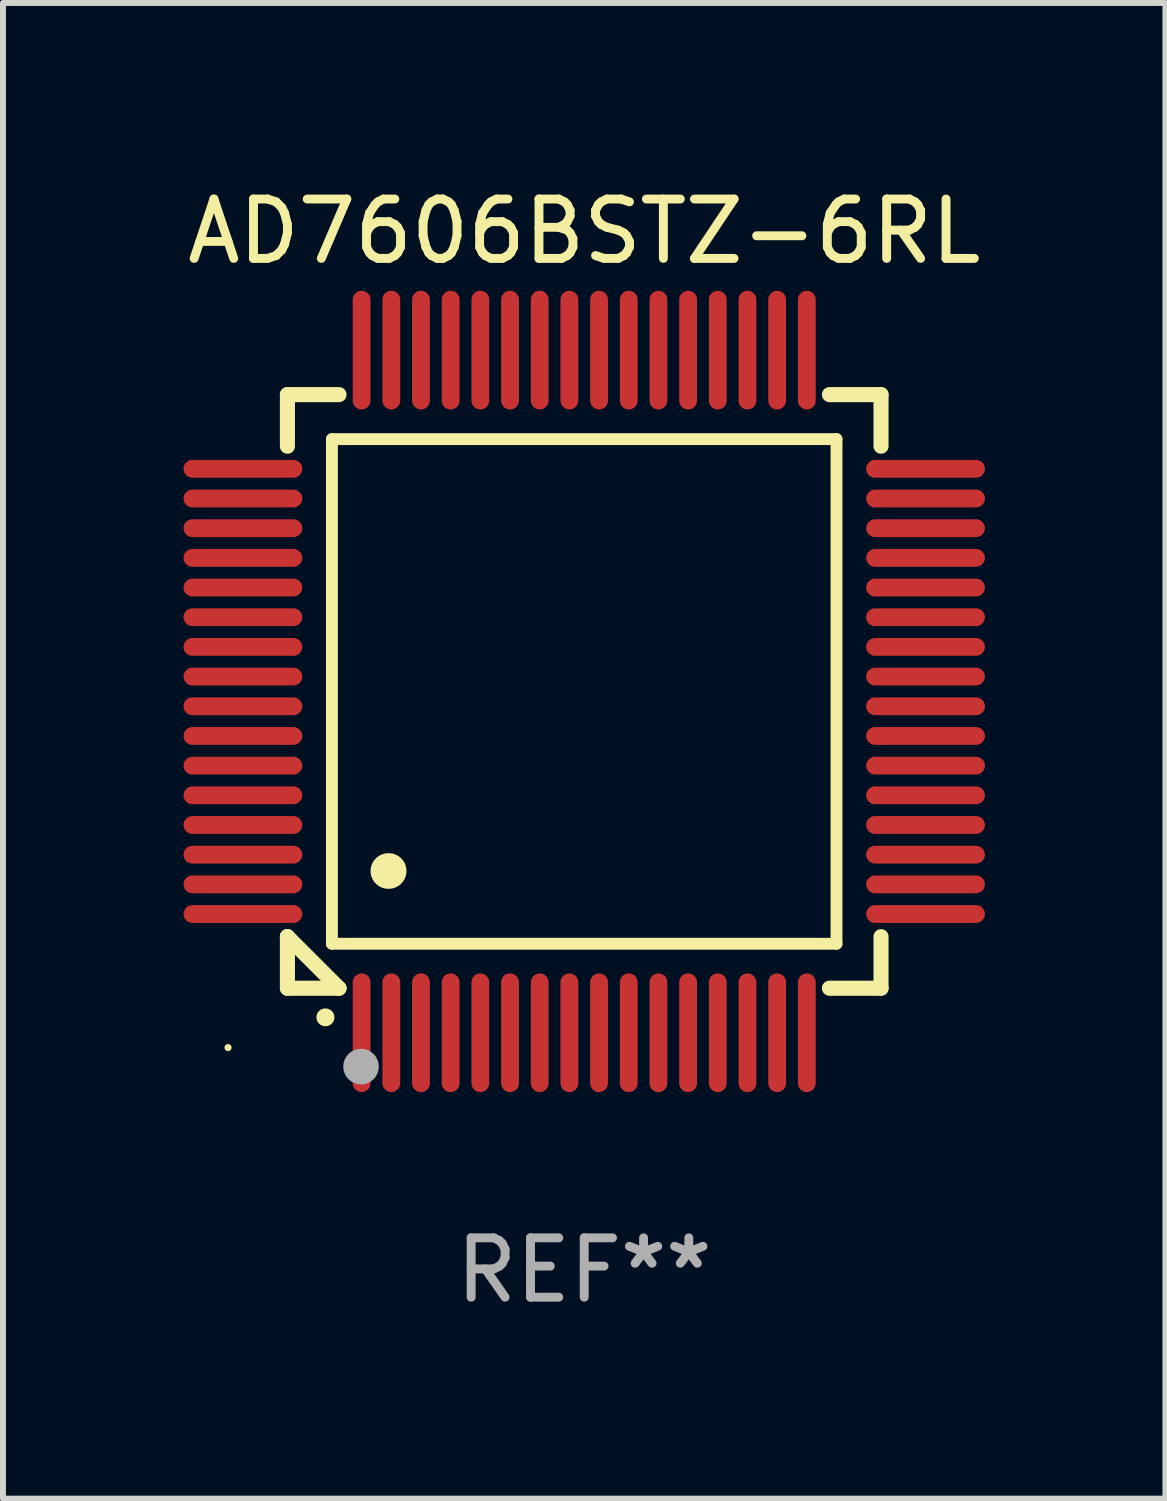
<source format=kicad_pcb>
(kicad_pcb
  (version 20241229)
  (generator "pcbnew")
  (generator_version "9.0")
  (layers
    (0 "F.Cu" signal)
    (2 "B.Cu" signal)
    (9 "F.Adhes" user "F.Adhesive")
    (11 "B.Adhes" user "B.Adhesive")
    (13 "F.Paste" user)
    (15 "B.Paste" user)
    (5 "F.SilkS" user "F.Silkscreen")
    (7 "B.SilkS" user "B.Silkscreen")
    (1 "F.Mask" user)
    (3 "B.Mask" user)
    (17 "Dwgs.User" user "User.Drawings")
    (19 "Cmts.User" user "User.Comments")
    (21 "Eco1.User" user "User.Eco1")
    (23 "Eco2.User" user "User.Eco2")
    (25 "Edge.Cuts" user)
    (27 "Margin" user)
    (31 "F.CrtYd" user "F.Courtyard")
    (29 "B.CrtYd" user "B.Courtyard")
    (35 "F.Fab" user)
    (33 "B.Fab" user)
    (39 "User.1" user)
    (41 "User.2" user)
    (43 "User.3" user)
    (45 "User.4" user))
  (footprint "AD7606BSTZ-6RL"
    (layer "F.Cu")
    (at 6.792 8.598)
    (property "Reference" "AD7606BSTZ-6RL" (at 0 -7.75 0) (layer "F.SilkS") (effects (font (size 1 1) (thickness 0.15))))
    (attr through_hole)
    (fp_line (start -5 -5) (end -4.131 -5) (stroke (width 0.254) (type solid)) (layer "F.SilkS"))
    (fp_line (start -5 -4.131) (end -5 -5) (stroke (width 0.254) (type solid)) (layer "F.SilkS"))
    (fp_line (start -5 4.131) (end -5 4.131) (stroke (width 0.254) (type solid)) (layer "F.SilkS"))
    (fp_line (start -5 5) (end -5 4.131) (stroke (width 0.254) (type solid)) (layer "F.SilkS"))
    (fp_line (start -5 4.131) (end -4.131 5) (stroke (width 0.254) (type solid)) (layer "F.SilkS"))
    (fp_line (start -4.25 -4.25) (end -4.25 4.25) (stroke (width 0.2) (type solid)) (layer "F.SilkS"))
    (fp_line (start -4.25 4.25) (end 4.25 4.25) (stroke (width 0.2) (type solid)) (layer "F.SilkS"))
    (fp_line (start -4.131 5) (end -5 5) (stroke (width 0.254) (type solid)) (layer "F.SilkS"))
    (fp_line (start 4.25 -4.25) (end -4.25 -4.25) (stroke (width 0.2) (type solid)) (layer "F.SilkS"))
    (fp_line (start 4.25 4.25) (end 4.25 -4.25) (stroke (width 0.2) (type solid)) (layer "F.SilkS"))
    (fp_line (start 5 -5) (end 4.131 -5) (stroke (width 0.254) (type solid)) (layer "F.SilkS"))
    (fp_line (start 5 -5) (end 5 -4.131) (stroke (width 0.254) (type solid)) (layer "F.SilkS"))
    (fp_line (start 5 4.131) (end 5 5) (stroke (width 0.254) (type solid)) (layer "F.SilkS"))
    (fp_line (start 5 5) (end 4.131 5) (stroke (width 0.254) (type solid)) (layer "F.SilkS"))
    (fp_arc (start -4.361265 5.489992) (mid -4.359995 5.489987) (end -4.358725 5.489992) (stroke (width 0.3) (type solid)) (layer "F.SilkS"))
    (fp_arc (start -3.299467 3.025146) (mid -3.296927 3.025135) (end -3.294387 3.025146) (stroke (width 0.6) (type solid)) (layer "F.SilkS"))
    (fp_circle (center -6 6) (end -5.97 6) (stroke (width 0.06) (type solid)) (fill no) (layer "F.SilkS"))
    (fp_circle (center -3.76 6.32) (end -3.61 6.32) (stroke (width 0.3) (type solid)) (fill no) (layer "F.Fab"))
    (fp_text user "REF**" (at 0 9.75 0) (layer "F.Fab") (effects (font (size 1 1) (thickness 0.15))))
    (pad "1" smd oval (at -3.75 5.75) (size 0.3 2) (layers "F.Cu" "F.Mask" "F.Paste"))
    (pad "2" smd oval (at -3.25 5.75) (size 0.3 2) (layers "F.Cu" "F.Mask" "F.Paste"))
    (pad "3" smd oval (at -2.75 5.75) (size 0.3 2) (layers "F.Cu" "F.Mask" "F.Paste"))
    (pad "4" smd oval (at -2.25 5.75) (size 0.3 2) (layers "F.Cu" "F.Mask" "F.Paste"))
    (pad "5" smd oval (at -1.75 5.75) (size 0.3 2) (layers "F.Cu" "F.Mask" "F.Paste"))
    (pad "6" smd oval (at -1.25 5.75) (size 0.3 2) (layers "F.Cu" "F.Mask" "F.Paste"))
    (pad "7" smd oval (at -0.75 5.75) (size 0.3 2) (layers "F.Cu" "F.Mask" "F.Paste"))
    (pad "8" smd oval (at -0.25 5.75) (size 0.3 2) (layers "F.Cu" "F.Mask" "F.Paste"))
    (pad "9" smd oval (at 0.25 5.75) (size 0.3 2) (layers "F.Cu" "F.Mask" "F.Paste"))
    (pad "10" smd oval (at 0.75 5.75) (size 0.3 2) (layers "F.Cu" "F.Mask" "F.Paste"))
    (pad "11" smd oval (at 1.25 5.75) (size 0.3 2) (layers "F.Cu" "F.Mask" "F.Paste"))
    (pad "12" smd oval (at 1.75 5.75) (size 0.3 2) (layers "F.Cu" "F.Mask" "F.Paste"))
    (pad "13" smd oval (at 2.25 5.75) (size 0.3 2) (layers "F.Cu" "F.Mask" "F.Paste"))
    (pad "14" smd oval (at 2.75 5.75) (size 0.3 2) (layers "F.Cu" "F.Mask" "F.Paste"))
    (pad "15" smd oval (at 3.25 5.75) (size 0.3 2) (layers "F.Cu" "F.Mask" "F.Paste"))
    (pad "16" smd oval (at 3.75 5.75) (size 0.3 2) (layers "F.Cu" "F.Mask" "F.Paste"))
    (pad "17" smd oval (at 5.75 3.75) (size 2 0.3) (layers "F.Cu" "F.Mask" "F.Paste"))
    (pad "18" smd oval (at 5.75 3.25) (size 2 0.3) (layers "F.Cu" "F.Mask" "F.Paste"))
    (pad "19" smd oval (at 5.75 2.75) (size 2 0.3) (layers "F.Cu" "F.Mask" "F.Paste"))
    (pad "20" smd oval (at 5.75 2.25) (size 2 0.3) (layers "F.Cu" "F.Mask" "F.Paste"))
    (pad "21" smd oval (at 5.75 1.75) (size 2 0.3) (layers "F.Cu" "F.Mask" "F.Paste"))
    (pad "22" smd oval (at 5.75 1.25) (size 2 0.3) (layers "F.Cu" "F.Mask" "F.Paste"))
    (pad "23" smd oval (at 5.75 0.75) (size 2 0.3) (layers "F.Cu" "F.Mask" "F.Paste"))
    (pad "24" smd oval (at 5.75 0.25) (size 2 0.3) (layers "F.Cu" "F.Mask" "F.Paste"))
    (pad "25" smd oval (at 5.75 -0.25) (size 2 0.3) (layers "F.Cu" "F.Mask" "F.Paste"))
    (pad "26" smd oval (at 5.75 -0.75) (size 2 0.3) (layers "F.Cu" "F.Mask" "F.Paste"))
    (pad "27" smd oval (at 5.75 -1.25) (size 2 0.3) (layers "F.Cu" "F.Mask" "F.Paste"))
    (pad "28" smd oval (at 5.75 -1.75) (size 2 0.3) (layers "F.Cu" "F.Mask" "F.Paste"))
    (pad "29" smd oval (at 5.75 -2.25) (size 2 0.3) (layers "F.Cu" "F.Mask" "F.Paste"))
    (pad "30" smd oval (at 5.75 -2.75) (size 2 0.3) (layers "F.Cu" "F.Mask" "F.Paste"))
    (pad "31" smd oval (at 5.75 -3.25) (size 2 0.3) (layers "F.Cu" "F.Mask" "F.Paste"))
    (pad "32" smd oval (at 5.75 -3.75) (size 2 0.3) (layers "F.Cu" "F.Mask" "F.Paste"))
    (pad "33" smd oval (at 3.75 -5.75) (size 0.3 2) (layers "F.Cu" "F.Mask" "F.Paste"))
    (pad "34" smd oval (at 3.25 -5.75) (size 0.3 2) (layers "F.Cu" "F.Mask" "F.Paste"))
    (pad "35" smd oval (at 2.75 -5.75) (size 0.3 2) (layers "F.Cu" "F.Mask" "F.Paste"))
    (pad "36" smd oval (at 2.25 -5.75) (size 0.3 2) (layers "F.Cu" "F.Mask" "F.Paste"))
    (pad "37" smd oval (at 1.75 -5.75) (size 0.3 2) (layers "F.Cu" "F.Mask" "F.Paste"))
    (pad "38" smd oval (at 1.25 -5.75) (size 0.3 2) (layers "F.Cu" "F.Mask" "F.Paste"))
    (pad "39" smd oval (at 0.75 -5.75) (size 0.3 2) (layers "F.Cu" "F.Mask" "F.Paste"))
    (pad "40" smd oval (at 0.25 -5.75) (size 0.3 2) (layers "F.Cu" "F.Mask" "F.Paste"))
    (pad "41" smd oval (at -0.25 -5.75) (size 0.3 2) (layers "F.Cu" "F.Mask" "F.Paste"))
    (pad "42" smd oval (at -0.75 -5.75) (size 0.3 2) (layers "F.Cu" "F.Mask" "F.Paste"))
    (pad "43" smd oval (at -1.25 -5.75) (size 0.3 2) (layers "F.Cu" "F.Mask" "F.Paste"))
    (pad "44" smd oval (at -1.75 -5.75) (size 0.3 2) (layers "F.Cu" "F.Mask" "F.Paste"))
    (pad "45" smd oval (at -2.25 -5.75) (size 0.3 2) (layers "F.Cu" "F.Mask" "F.Paste"))
    (pad "46" smd oval (at -2.75 -5.75) (size 0.3 2) (layers "F.Cu" "F.Mask" "F.Paste"))
    (pad "47" smd oval (at -3.25 -5.75) (size 0.3 2) (layers "F.Cu" "F.Mask" "F.Paste"))
    (pad "48" smd oval (at -3.75 -5.75) (size 0.3 2) (layers "F.Cu" "F.Mask" "F.Paste"))
    (pad "49" smd oval (at -5.75 -3.75) (size 2 0.3) (layers "F.Cu" "F.Mask" "F.Paste"))
    (pad "50" smd oval (at -5.75 -3.25) (size 2 0.3) (layers "F.Cu" "F.Mask" "F.Paste"))
    (pad "51" smd oval (at -5.75 -2.75) (size 2 0.3) (layers "F.Cu" "F.Mask" "F.Paste"))
    (pad "52" smd oval (at -5.75 -2.25) (size 2 0.3) (layers "F.Cu" "F.Mask" "F.Paste"))
    (pad "53" smd oval (at -5.75 -1.75) (size 2 0.3) (layers "F.Cu" "F.Mask" "F.Paste"))
    (pad "54" smd oval (at -5.75 -1.25) (size 2 0.3) (layers "F.Cu" "F.Mask" "F.Paste"))
    (pad "55" smd oval (at -5.75 -0.75) (size 2 0.3) (layers "F.Cu" "F.Mask" "F.Paste"))
    (pad "56" smd oval (at -5.75 -0.25) (size 2 0.3) (layers "F.Cu" "F.Mask" "F.Paste"))
    (pad "57" smd oval (at -5.75 0.25) (size 2 0.3) (layers "F.Cu" "F.Mask" "F.Paste"))
    (pad "58" smd oval (at -5.75 0.75) (size 2 0.3) (layers "F.Cu" "F.Mask" "F.Paste"))
    (pad "59" smd oval (at -5.75 1.25) (size 2 0.3) (layers "F.Cu" "F.Mask" "F.Paste"))
    (pad "60" smd oval (at -5.75 1.75) (size 2 0.3) (layers "F.Cu" "F.Mask" "F.Paste"))
    (pad "61" smd oval (at -5.75 2.25) (size 2 0.3) (layers "F.Cu" "F.Mask" "F.Paste"))
    (pad "62" smd oval (at -5.75 2.75) (size 2 0.3) (layers "F.Cu" "F.Mask" "F.Paste"))
    (pad "63" smd oval (at -5.75 3.25) (size 2 0.3) (layers "F.Cu" "F.Mask" "F.Paste"))
    (pad "64" smd oval (at -5.75 3.75) (size 2 0.3) (layers "F.Cu" "F.Mask" "F.Paste")))
  (gr_rect
    (start -3 -3)
    (end 16.583 22.196)
    (stroke (width 0.1) (type default))
    (fill no)
    (layer "Edge.Cuts")))
</source>
